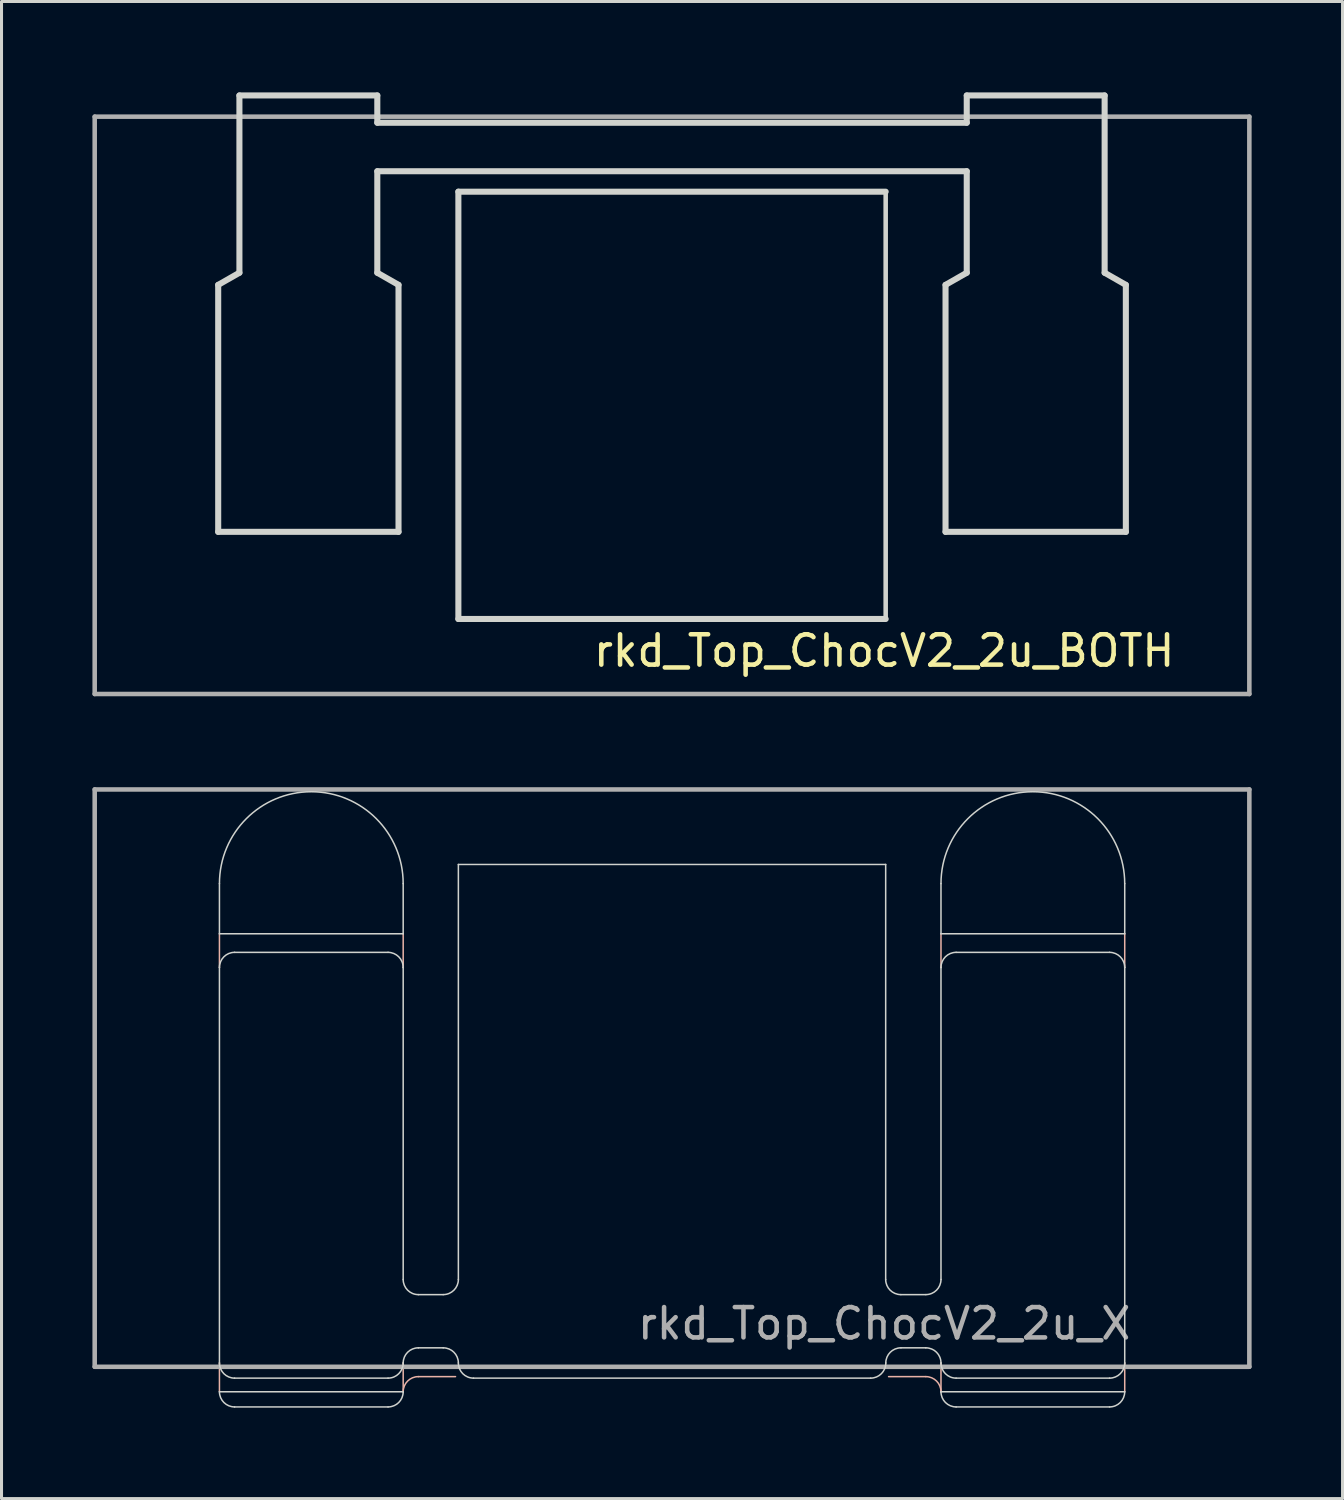
<source format=kicad_pcb>
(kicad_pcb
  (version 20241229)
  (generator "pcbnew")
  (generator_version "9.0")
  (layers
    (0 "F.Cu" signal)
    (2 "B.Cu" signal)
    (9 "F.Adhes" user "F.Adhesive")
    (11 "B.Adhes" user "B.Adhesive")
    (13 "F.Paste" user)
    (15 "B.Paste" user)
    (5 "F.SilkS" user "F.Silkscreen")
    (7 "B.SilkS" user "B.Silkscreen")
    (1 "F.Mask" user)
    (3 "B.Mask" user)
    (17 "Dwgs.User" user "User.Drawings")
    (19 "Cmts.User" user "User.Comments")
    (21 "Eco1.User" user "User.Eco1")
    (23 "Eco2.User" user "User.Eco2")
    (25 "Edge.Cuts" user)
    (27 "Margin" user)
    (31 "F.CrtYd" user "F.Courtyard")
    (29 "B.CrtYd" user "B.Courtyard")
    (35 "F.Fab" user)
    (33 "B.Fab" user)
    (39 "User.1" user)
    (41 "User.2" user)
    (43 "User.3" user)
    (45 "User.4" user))
  (footprint "rkd_Top_ChocV2_2u_X"
    (layer "F.Cu")
    (at 19.125 32.525)
    (property "Reference" "rkd_Top_ChocV2_2u_X" (at 7 8.1 0) (layer "F.Fab") (effects (font (size 1 1) (thickness 0.15))))
    (attr through_hole)
    (fp_line (start -14.934 -4.763) (end -14.934 -3.65) (stroke (width 0.05) (type solid)) (layer "B.SilkS"))
    (fp_line (start -14.934 9.4) (end -14.934 10.35) (stroke (width 0.05) (type solid)) (layer "B.SilkS"))
    (fp_line (start -8.871 -4.763) (end -8.871 -3.65) (stroke (width 0.05) (type solid)) (layer "B.SilkS"))
    (fp_line (start -8.871 9.4) (end -8.871 10.35) (stroke (width 0.05) (type solid)) (layer "B.SilkS"))
    (fp_line (start -8.371 9.85) (end -7.144 9.85) (stroke (width 0.05) (type solid)) (layer "B.SilkS"))
    (fp_line (start 7.147 9.85) (end 8.375 9.85) (stroke (width 0.05) (type solid)) (layer "B.SilkS"))
    (fp_line (start 8.875 -4.763) (end 8.875 -3.65) (stroke (width 0.05) (type solid)) (layer "B.SilkS"))
    (fp_line (start 8.875 9.4) (end 8.875 10.35) (stroke (width 0.05) (type solid)) (layer "B.SilkS"))
    (fp_line (start 14.938 -4.763) (end 14.938 -3.65) (stroke (width 0.05) (type solid)) (layer "B.SilkS"))
    (fp_line (start 14.938 9.4) (end 14.938 10.35) (stroke (width 0.05) (type solid)) (layer "B.SilkS"))
    (fp_arc (start -8.87125 10.35) (mid -8.724789 9.996461) (end -8.37125 9.85) (stroke (width 0.05) (type solid)) (layer "B.SilkS"))
    (fp_arc (start 8.375 9.850001) (mid 8.728539 9.996462) (end 8.875 10.350001) (stroke (width 0.05) (type solid)) (layer "B.SilkS"))
    (fp_line (start -14.934 -4.763) (end -14.934 -6.419) (stroke (width 0.05) (type default)) (layer "Edge.Cuts"))
    (fp_line (start -14.934 -4.763) (end -8.871 -4.763) (stroke (width 0.05) (type default)) (layer "Edge.Cuts"))
    (fp_line (start -14.934 9.4) (end -14.934 -3.65) (stroke (width 0.05) (type default)) (layer "Edge.Cuts"))
    (fp_line (start -14.434 -4.15) (end -9.371 -4.15) (stroke (width 0.05) (type solid)) (layer "Edge.Cuts"))
    (fp_line (start -14.434 9.9) (end -9.371 9.9) (stroke (width 0.05) (type default)) (layer "Edge.Cuts"))
    (fp_line (start -14.434 10.85) (end -9.371 10.85) (stroke (width 0.05) (type default)) (layer "Edge.Cuts"))
    (fp_line (start -8.871 -4.763) (end -8.871 -6.419) (stroke (width 0.05) (type default)) (layer "Edge.Cuts"))
    (fp_line (start -8.871 -3.65) (end -8.871 6.644) (stroke (width 0.05) (type default)) (layer "Edge.Cuts"))
    (fp_line (start -8.871 10.35) (end -14.934 10.35) (stroke (width 0.05) (type default)) (layer "Edge.Cuts"))
    (fp_line (start -7.55 7.144) (end -8.371 7.144) (stroke (width 0.05) (type default)) (layer "Edge.Cuts"))
    (fp_line (start -7.55 8.9) (end -8.371 8.9) (stroke (width 0.05) (type default)) (layer "Edge.Cuts"))
    (fp_line (start -7.05 -7.05) (end -7.05 6.644) (stroke (width 0.05) (type default)) (layer "Edge.Cuts"))
    (fp_line (start -7.05 -7.05) (end 7.05 -7.05) (stroke (width 0.05) (type default)) (layer "Edge.Cuts"))
    (fp_line (start -6.55 9.9) (end 6.554 9.9) (stroke (width 0.05) (type solid)) (layer "Edge.Cuts"))
    (fp_line (start 7.05 -7.05) (end 7.05 6.644) (stroke (width 0.05) (type default)) (layer "Edge.Cuts"))
    (fp_line (start 8.375 7.144) (end 7.55 7.144) (stroke (width 0.05) (type default)) (layer "Edge.Cuts"))
    (fp_line (start 8.375 8.9) (end 7.554 8.9) (stroke (width 0.05) (type default)) (layer "Edge.Cuts"))
    (fp_line (start 8.875 -6.419) (end 8.875 -4.763) (stroke (width 0.05) (type default)) (layer "Edge.Cuts"))
    (fp_line (start 8.875 -4.763) (end 14.938 -4.763) (stroke (width 0.05) (type default)) (layer "Edge.Cuts"))
    (fp_line (start 8.875 -3.65) (end 8.875 6.644) (stroke (width 0.05) (type default)) (layer "Edge.Cuts"))
    (fp_line (start 9.375 9.9) (end 14.438 9.9) (stroke (width 0.05) (type solid)) (layer "Edge.Cuts"))
    (fp_line (start 9.375 10.85) (end 14.438 10.85) (stroke (width 0.05) (type default)) (layer "Edge.Cuts"))
    (fp_line (start 14.438 -4.15) (end 9.375 -4.15) (stroke (width 0.05) (type solid)) (layer "Edge.Cuts"))
    (fp_line (start 14.938 -4.763) (end 14.938 -6.419) (stroke (width 0.05) (type default)) (layer "Edge.Cuts"))
    (fp_line (start 14.938 9.4) (end 14.938 -3.65) (stroke (width 0.05) (type default)) (layer "Edge.Cuts"))
    (fp_line (start 14.938 10.35) (end 8.875 10.35) (stroke (width 0.05) (type default)) (layer "Edge.Cuts"))
    (fp_arc (start -14.93375 -6.41875) (mid -11.9025 -9.45) (end -8.87125 -6.41875) (stroke (width 0.05) (type default)) (layer "Edge.Cuts"))
    (fp_arc (start -14.93375 -3.65) (mid -14.78733 -4.003565) (end -14.43375 -4.15) (stroke (width 0.05) (type default)) (layer "Edge.Cuts"))
    (fp_arc (start -14.43375 9.9) (mid -14.787271 9.753536) (end -14.93375 9.4) (stroke (width 0.05) (type default)) (layer "Edge.Cuts"))
    (fp_arc (start -14.43375 10.85) (mid -14.787289 10.703539) (end -14.93375 10.35) (stroke (width 0.05) (type default)) (layer "Edge.Cuts"))
    (fp_arc (start -9.37125 -4.15) (mid -9.017758 -4.003506) (end -8.87125 -3.65) (stroke (width 0.05) (type default)) (layer "Edge.Cuts"))
    (fp_arc (start -8.87125 9.4) (mid -9.017711 9.753539) (end -9.37125 9.9) (stroke (width 0.05) (type default)) (layer "Edge.Cuts"))
    (fp_arc (start -8.87125 9.4) (mid -8.724789 9.046461) (end -8.37125 8.9) (stroke (width 0.05) (type default)) (layer "Edge.Cuts"))
    (fp_arc (start -8.87125 10.35) (mid -9.017711 10.703539) (end -9.37125 10.85) (stroke (width 0.05) (type default)) (layer "Edge.Cuts"))
    (fp_arc (start -8.37125 7.14375) (mid -8.724759 6.997259) (end -8.87125 6.64375) (stroke (width 0.05) (type default)) (layer "Edge.Cuts"))
    (fp_arc (start -7.55 8.9) (mid -7.19642 9.04642) (end -7.05 9.4) (stroke (width 0.05) (type default)) (layer "Edge.Cuts"))
    (fp_arc (start -7.05 6.64375) (mid -7.19642 6.99733) (end -7.55 7.14375) (stroke (width 0.05) (type default)) (layer "Edge.Cuts"))
    (fp_arc (start -6.550001 9.9) (mid -6.903581 9.75358) (end -7.050001 9.4) (stroke (width 0.05) (type default)) (layer "Edge.Cuts"))
    (fp_arc (start 7.05385 9.4) (mid 7.200311 9.046461) (end 7.55385 8.9) (stroke (width 0.05) (type default)) (layer "Edge.Cuts"))
    (fp_arc (start 7.05385 9.40005) (mid 6.907389 9.753589) (end 6.55385 9.90005) (stroke (width 0.05) (type default)) (layer "Edge.Cuts"))
    (fp_arc (start 7.55 7.14375) (mid 7.196461 6.997289) (end 7.05 6.64375) (stroke (width 0.05) (type default)) (layer "Edge.Cuts"))
    (fp_arc (start 8.375 8.9) (mid 8.728583 9.046417) (end 8.875 9.4) (stroke (width 0.05) (type default)) (layer "Edge.Cuts"))
    (fp_arc (start 8.875 -6.41875) (mid 11.90625 -9.45) (end 14.9375 -6.41875) (stroke (width 0.05) (type default)) (layer "Edge.Cuts"))
    (fp_arc (start 8.875 -3.65) (mid 9.021476 -4.003524) (end 9.375 -4.15) (stroke (width 0.05) (type default)) (layer "Edge.Cuts"))
    (fp_arc (start 8.875 6.64375) (mid 8.728539 6.997289) (end 8.375 7.14375) (stroke (width 0.05) (type default)) (layer "Edge.Cuts"))
    (fp_arc (start 9.375 9.9) (mid 9.021417 9.753583) (end 8.875 9.4) (stroke (width 0.05) (type default)) (layer "Edge.Cuts"))
    (fp_arc (start 9.375 10.85) (mid 9.021414 10.703571) (end 8.875 10.35) (stroke (width 0.05) (type default)) (layer "Edge.Cuts"))
    (fp_arc (start 14.4375 -4.15) (mid 14.791083 -4.003583) (end 14.9375 -3.65) (stroke (width 0.05) (type default)) (layer "Edge.Cuts"))
    (fp_arc (start 14.9375 9.4) (mid 14.791024 9.753524) (end 14.4375 9.9) (stroke (width 0.05) (type default)) (layer "Edge.Cuts"))
    (fp_arc (start 14.9375 10.35) (mid 14.791021 10.703506) (end 14.4375 10.85) (stroke (width 0.05) (type default)) (layer "Edge.Cuts"))
    (fp_line (start -19.05 -9.525) (end -19.05 9.525) (stroke (width 0.15) (type solid)) (layer "F.Fab"))
    (fp_line (start -19.05 9.525) (end 19.05 9.525) (stroke (width 0.15) (type solid)) (layer "F.Fab"))
    (fp_line (start 19.05 -9.525) (end -19.05 -9.525) (stroke (width 0.15) (type solid)) (layer "F.Fab"))
    (fp_line (start 19.05 9.525) (end 19.05 -9.525) (stroke (width 0.15) (type solid)) (layer "F.Fab")))
  (footprint "rkd_Top_ChocV2_2u_BOTH"
    (layer "F.Cu")
    (at 19.125 10.325)
    (property "Reference" "rkd_Top_ChocV2_2u_BOTH" (at 7 8.1 0) (layer "F.SilkS") (effects (font (size 1 1) (thickness 0.15))))
    (attr through_hole)
    (fp_line (start -14.975 -3.975) (end -14.975 4.175) (stroke (width 0.2) (type solid)) (layer "Edge.Cuts"))
    (fp_line (start -14.275 -10.225) (end -9.725 -10.225) (stroke (width 0.2) (type solid)) (layer "Edge.Cuts"))
    (fp_line (start -14.275 -4.375) (end -14.975 -3.975) (stroke (width 0.2) (type default)) (layer "Edge.Cuts"))
    (fp_line (start -14.275 -4.375) (end -14.275 -10.225) (stroke (width 0.2) (type solid)) (layer "Edge.Cuts"))
    (fp_line (start -9.725 -9.325) (end -9.725 -10.225) (stroke (width 0.2) (type solid)) (layer "Edge.Cuts"))
    (fp_line (start -9.725 -9.325) (end 9.725 -9.325) (stroke (width 0.2) (type solid)) (layer "Edge.Cuts"))
    (fp_line (start -9.725 -7.725) (end 9.725 -7.725) (stroke (width 0.2) (type solid)) (layer "Edge.Cuts"))
    (fp_line (start -9.725 -4.375) (end -9.725 -7.725) (stroke (width 0.2) (type solid)) (layer "Edge.Cuts"))
    (fp_line (start -9.725 -4.375) (end -9.025 -3.975) (stroke (width 0.2) (type default)) (layer "Edge.Cuts"))
    (fp_line (start -9.025 -3.975) (end -9.025 4.175) (stroke (width 0.2) (type solid)) (layer "Edge.Cuts"))
    (fp_line (start -9.025 4.175) (end -14.975 4.175) (stroke (width 0.2) (type solid)) (layer "Edge.Cuts"))
    (fp_line (start -7.05 -7.05) (end 7.05 -7.05) (stroke (width 0.2) (type solid)) (layer "Edge.Cuts"))
    (fp_line (start -7.05 7.05) (end -7.05 -7.05) (stroke (width 0.2) (type solid)) (layer "Edge.Cuts"))
    (fp_line (start 7.05 -7.05) (end 7.05 7.05) (stroke (width 0.15) (type solid)) (layer "Edge.Cuts"))
    (fp_line (start 7.05 7.05) (end -7.05 7.05) (stroke (width 0.2) (type solid)) (layer "Edge.Cuts"))
    (fp_line (start 9.025 -3.975) (end 9.025 4.175) (stroke (width 0.2) (type solid)) (layer "Edge.Cuts"))
    (fp_line (start 9.725 -10.225) (end 9.725 -9.325) (stroke (width 0.2) (type solid)) (layer "Edge.Cuts"))
    (fp_line (start 9.725 -10.225) (end 14.275 -10.225) (stroke (width 0.2) (type solid)) (layer "Edge.Cuts"))
    (fp_line (start 9.725 -4.375) (end 9.025 -3.975) (stroke (width 0.2) (type default)) (layer "Edge.Cuts"))
    (fp_line (start 9.725 -4.375) (end 9.725 -7.725) (stroke (width 0.2) (type solid)) (layer "Edge.Cuts"))
    (fp_line (start 14.275 -4.375) (end 14.275 -10.225) (stroke (width 0.2) (type solid)) (layer "Edge.Cuts"))
    (fp_line (start 14.275 -4.375) (end 14.975 -3.975) (stroke (width 0.2) (type default)) (layer "Edge.Cuts"))
    (fp_line (start 14.975 -3.975) (end 14.975 4.175) (stroke (width 0.2) (type solid)) (layer "Edge.Cuts"))
    (fp_line (start 14.975 4.175) (end 9.025 4.175) (stroke (width 0.2) (type solid)) (layer "Edge.Cuts"))
    (fp_line (start -19.05 -9.525) (end -19.05 9.525) (stroke (width 0.15) (type solid)) (layer "F.Fab"))
    (fp_line (start -19.05 9.525) (end 19.05 9.525) (stroke (width 0.15) (type solid)) (layer "F.Fab"))
    (fp_line (start 19.05 -9.525) (end -19.05 -9.525) (stroke (width 0.15) (type solid)) (layer "F.Fab"))
    (fp_line (start 19.05 9.525) (end 19.05 -9.525) (stroke (width 0.15) (type solid)) (layer "F.Fab")))
  (gr_rect
    (start -3 -3)
    (end 41.25 46.4)
    (stroke (width 0.1) (type default))
    (fill no)
    (layer "Edge.Cuts")))
</source>
